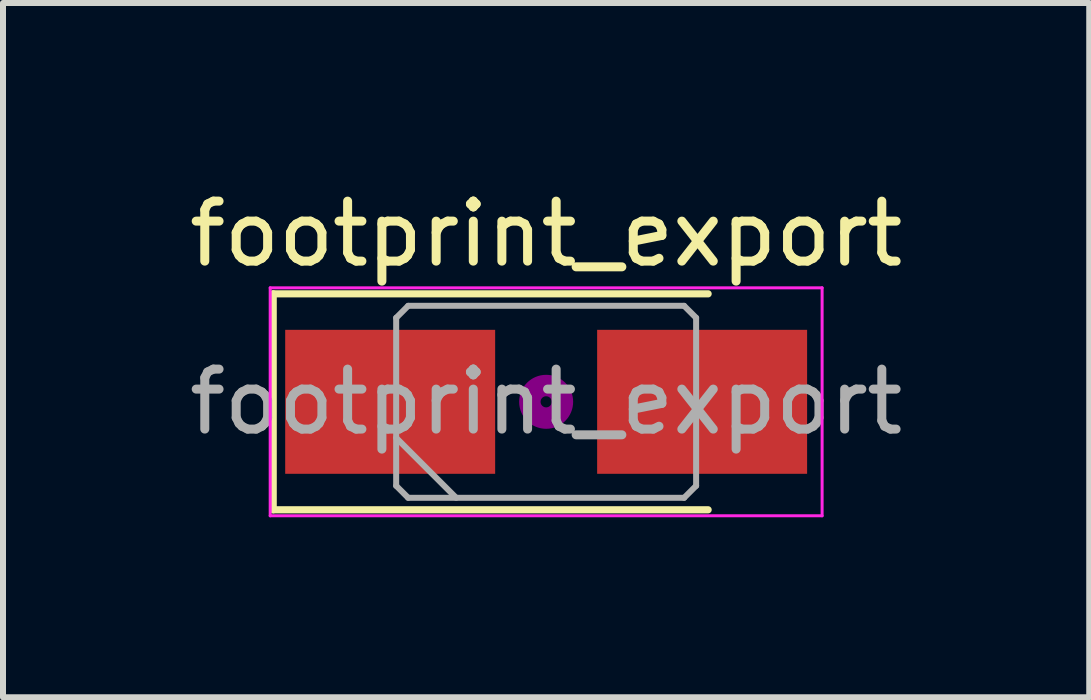
<source format=kicad_pcb>
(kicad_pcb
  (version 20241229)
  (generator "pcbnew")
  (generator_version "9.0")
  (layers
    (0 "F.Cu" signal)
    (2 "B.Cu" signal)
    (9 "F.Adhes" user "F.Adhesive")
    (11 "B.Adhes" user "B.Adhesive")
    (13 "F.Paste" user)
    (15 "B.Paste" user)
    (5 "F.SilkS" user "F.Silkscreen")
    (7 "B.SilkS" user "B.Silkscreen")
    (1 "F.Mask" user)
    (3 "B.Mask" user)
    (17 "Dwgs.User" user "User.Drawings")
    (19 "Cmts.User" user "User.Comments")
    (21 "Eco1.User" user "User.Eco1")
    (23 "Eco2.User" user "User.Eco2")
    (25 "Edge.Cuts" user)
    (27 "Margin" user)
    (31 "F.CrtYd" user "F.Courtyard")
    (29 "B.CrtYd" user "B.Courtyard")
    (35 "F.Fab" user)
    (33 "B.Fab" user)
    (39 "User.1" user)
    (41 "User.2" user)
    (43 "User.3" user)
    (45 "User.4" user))
  (footprint "footprint_export"
    (layer "F.Cu")
    (at 6.054 3.648)
    (property "Reference" "footprint_export" (at 0 -2.8 0) (layer "F.SilkS") (effects (font (size 1 1) (thickness 0.15))))
    (attr smd)
    (fp_line (start -4.55 -1.8) (end -4.55 1.8) (stroke (width 0.12) (type solid)) (layer "F.SilkS"))
    (fp_line (start -4.55 1.8) (end 2.7 1.8) (stroke (width 0.12) (type solid)) (layer "F.SilkS"))
    (fp_line (start 2.7 -1.8) (end -4.55 -1.8) (stroke (width 0.12) (type solid)) (layer "F.SilkS"))
    (fp_circle (center 0 0) (end 0.093 0) (stroke (width 0.187) (type solid)) (fill no) (layer "F.Adhes"))
    (fp_circle (center 0 0) (end 0.213 0) (stroke (width 0.133) (type solid)) (fill no) (layer "F.Adhes"))
    (fp_circle (center 0 0) (end 0.333 0) (stroke (width 0.133) (type solid)) (fill no) (layer "F.Adhes"))
    (fp_circle (center 0 0) (end 0.4 0) (stroke (width 0.1) (type solid)) (fill no) (layer "F.Adhes"))
    (fp_line (start -4.6 -1.9) (end -4.6 1.9) (stroke (width 0.05) (type solid)) (layer "F.CrtYd"))
    (fp_line (start -4.6 1.9) (end 4.6 1.9) (stroke (width 0.05) (type solid)) (layer "F.CrtYd"))
    (fp_line (start 4.6 -1.9) (end -4.6 -1.9) (stroke (width 0.05) (type solid)) (layer "F.CrtYd"))
    (fp_line (start 4.6 1.9) (end 4.6 -1.9) (stroke (width 0.05) (type solid)) (layer "F.CrtYd"))
    (fp_line (start -2.5 -1.4) (end -2.3 -1.6) (stroke (width 0.1) (type solid)) (layer "F.Fab"))
    (fp_line (start -2.5 0.6) (end -1.5 1.6) (stroke (width 0.1) (type solid)) (layer "F.Fab"))
    (fp_line (start -2.5 1.4) (end -2.5 -1.4) (stroke (width 0.1) (type solid)) (layer "F.Fab"))
    (fp_line (start -2.3 -1.6) (end 2.3 -1.6) (stroke (width 0.1) (type solid)) (layer "F.Fab"))
    (fp_line (start -2.3 1.6) (end -2.5 1.4) (stroke (width 0.1) (type solid)) (layer "F.Fab"))
    (fp_line (start 2.3 -1.6) (end 2.5 -1.4) (stroke (width 0.1) (type solid)) (layer "F.Fab"))
    (fp_line (start 2.3 1.6) (end -2.3 1.6) (stroke (width 0.1) (type solid)) (layer "F.Fab"))
    (fp_line (start 2.5 -1.4) (end 2.5 1.4) (stroke (width 0.1) (type solid)) (layer "F.Fab"))
    (fp_line (start 2.5 1.4) (end 2.3 1.6) (stroke (width 0.1) (type solid)) (layer "F.Fab"))
    (fp_text user "${REFERENCE}" (at 0 0 0) (layer "F.Fab") (effects (font (size 1 1) (thickness 0.15))))
    (pad "1" smd rect (at -2.6 0) (size 3.5 2.4) (layers "F.Cu" "F.Mask" "F.Paste"))
    (pad "2" smd rect (at 2.6 0) (size 3.5 2.4) (layers "F.Cu" "F.Mask" "F.Paste")))
  (gr_rect
    (start -3 -3)
    (end 15.107 8.573)
    (stroke (width 0.1) (type default))
    (fill no)
    (layer "Edge.Cuts")))
</source>
